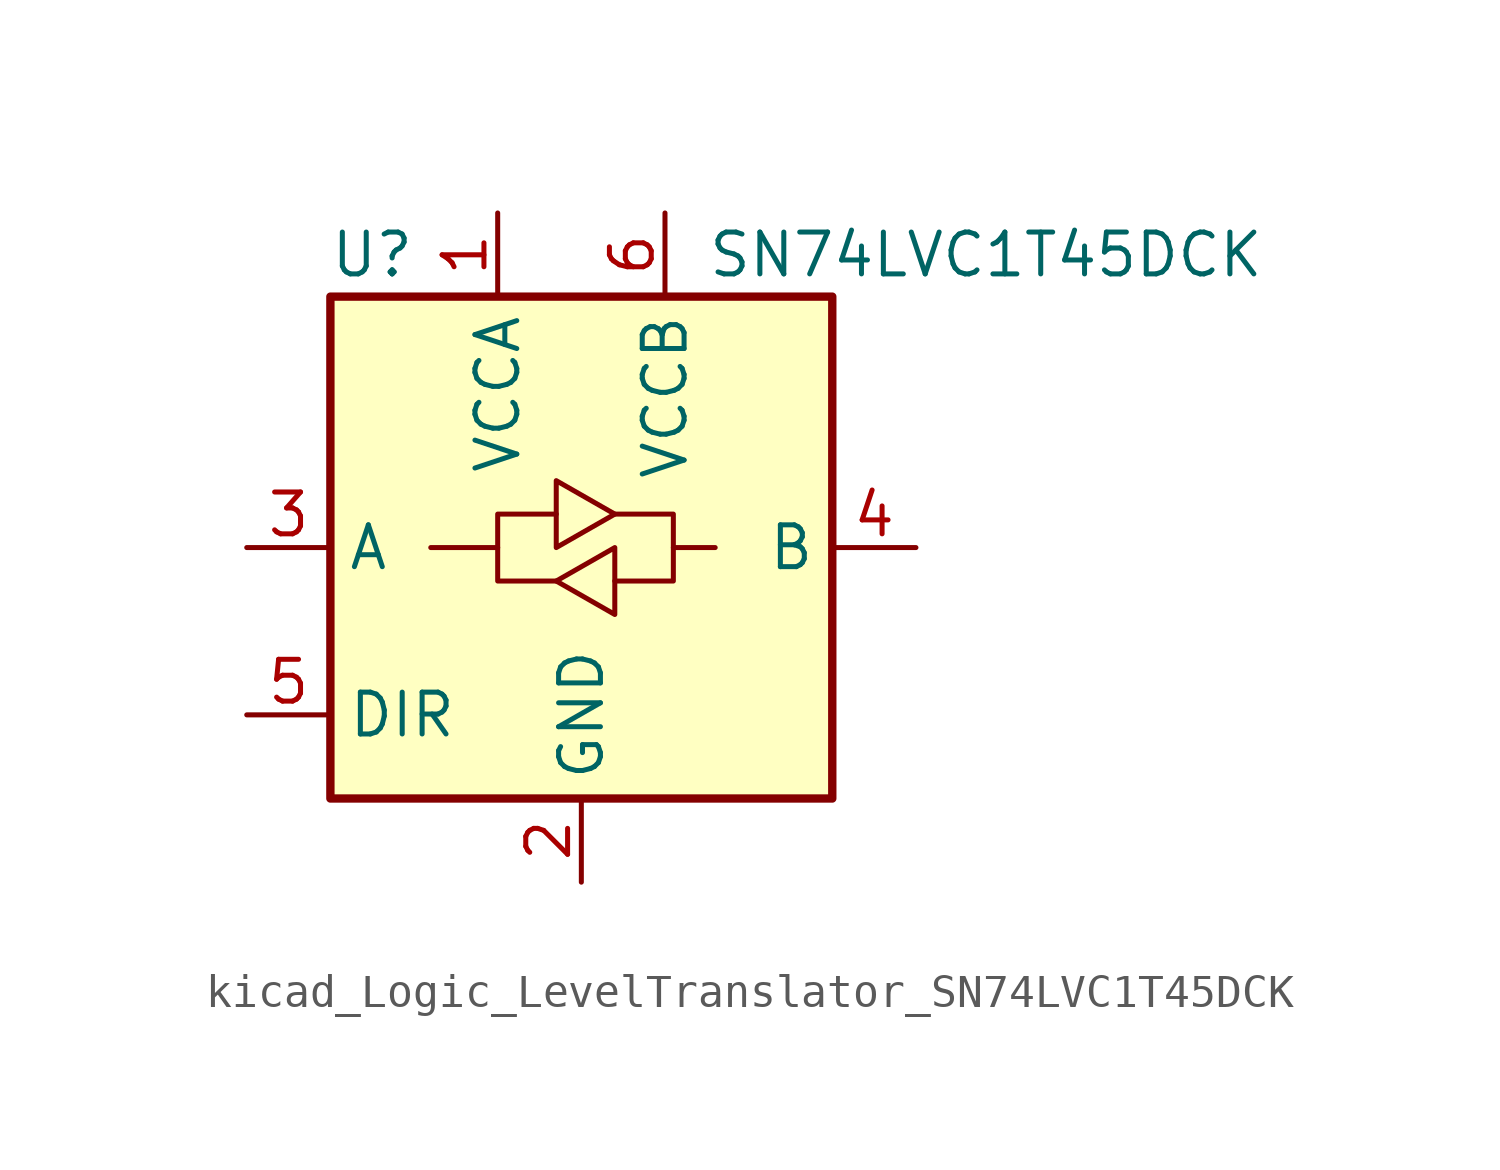
<source format=kicad_sym>
(kicad_symbol_lib
  (version 20220914)
  (generator kicad_symbol_editor)
  (symbol "kicad_Logic_LevelTranslator_SN74LVC1T45DCK"
    (property "Reference" "U"
      (at -6.35 8.89 0)
      (effects (font (size 1.27 1.27))))
    (property "Value" "SN74LVC1T45DCK"
      (at 3.81 8.89 0)
      (effects (font (size 1.27 1.27)) (justify left)))
    (symbol "kicad_Logic_LevelTranslator_SN74LVC1T45DCK_0_1"
      (rectangle (start -7.62 7.62) (end 7.62 -7.62) (stroke (width 0.254) (type default)) (fill (type background)))
      (polyline (pts (xy -2.54 0) (xy -2.54 1.016) (xy -0.762 1.016)) (stroke (width 0) (type default)) (fill (type none)))
      (polyline (pts (xy 2.794 0) (xy 2.794 -1.016) (xy 1.016 -1.016)) (stroke (width 0) (type default)) (fill (type none)))
      (polyline (pts (xy -0.762 -1.016) (xy -2.54 -1.016) (xy -2.54 0) (xy -4.572 0)) (stroke (width 0) (type default)) (fill (type none)))
      (polyline (pts (xy -0.762 0) (xy -0.762 2.032) (xy 1.016 1.016) (xy -0.762 0)) (stroke (width 0) (type default)) (fill (type none)))
      (polyline (pts (xy 1.016 1.016) (xy 2.794 1.016) (xy 2.794 0) (xy 4.064 0)) (stroke (width 0) (type default)) (fill (type none)))
      (polyline (pts (xy 1.016 0) (xy 1.016 -1.778) (xy 1.016 -2.032) (xy -0.762 -1.016) (xy 1.016 0)) (stroke (width 0) (type default)) (fill (type none))))
    (symbol "kicad_Logic_LevelTranslator_SN74LVC1T45DCK_1_1"
      (pin power_in line (at -2.54 10.16 270) (length 2.54) (name "VCCA" (effects (font (size 1.27 1.27)))) (number "1" (effects (font (size 1.27 1.27)))))
      (pin power_in line (at 0 -10.16 90) (length 2.54) (name "GND" (effects (font (size 1.27 1.27)))) (number "2" (effects (font (size 1.27 1.27)))))
      (pin bidirectional line (at -10.16 0 0) (length 2.54) (name "A" (effects (font (size 1.27 1.27)))) (number "3" (effects (font (size 1.27 1.27)))))
      (pin bidirectional line (at 10.16 0 180) (length 2.54) (name "B" (effects (font (size 1.27 1.27)))) (number "4" (effects (font (size 1.27 1.27)))))
      (pin input line (at -10.16 -5.08 0) (length 2.54) (name "DIR" (effects (font (size 1.27 1.27)))) (number "5" (effects (font (size 1.27 1.27)))))
      (pin power_in line (at 2.54 10.16 270) (length 2.54) (name "VCCB" (effects (font (size 1.27 1.27)))) (number "6" (effects (font (size 1.27 1.27))))))))
</source>
